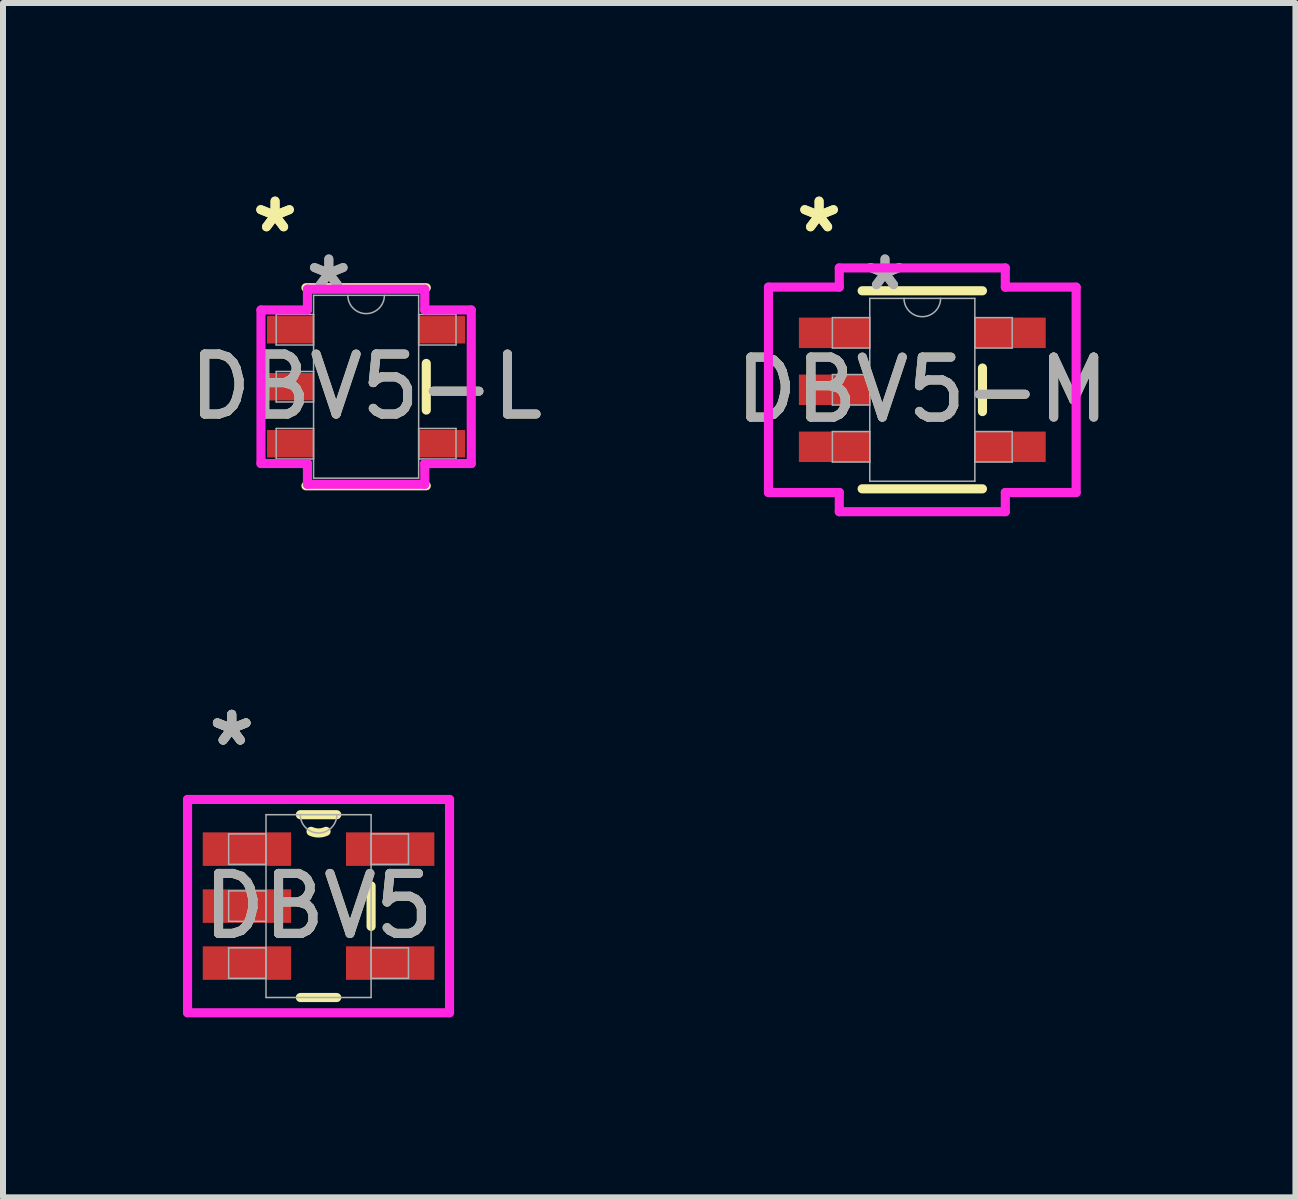
<source format=kicad_pcb>
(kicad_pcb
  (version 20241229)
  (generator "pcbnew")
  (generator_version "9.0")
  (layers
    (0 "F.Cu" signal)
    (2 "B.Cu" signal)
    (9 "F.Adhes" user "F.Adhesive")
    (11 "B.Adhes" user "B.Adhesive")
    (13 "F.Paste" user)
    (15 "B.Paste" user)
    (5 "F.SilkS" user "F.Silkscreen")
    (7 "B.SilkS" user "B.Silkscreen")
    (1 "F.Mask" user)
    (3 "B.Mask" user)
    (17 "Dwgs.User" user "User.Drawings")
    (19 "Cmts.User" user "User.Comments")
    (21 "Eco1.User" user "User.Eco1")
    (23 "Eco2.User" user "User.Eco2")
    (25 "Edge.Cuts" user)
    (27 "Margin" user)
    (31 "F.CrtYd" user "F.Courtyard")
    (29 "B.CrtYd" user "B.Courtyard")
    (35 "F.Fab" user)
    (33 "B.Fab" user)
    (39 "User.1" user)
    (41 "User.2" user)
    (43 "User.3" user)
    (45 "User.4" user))
  (footprint "DBV5-L"
    (layer "F.Cu")
    (at 3.054 3.398)
    (property "Reference" "DBV5-L" (at 0 0 0) (unlocked yes) (layer "F.SilkS") (effects (font (size 1 1) (thickness 0.15))))
    (attr smd)
    (fp_line (start -1.003 1.651) (end 1.003 1.651) (stroke (width 0.152) (type solid)) (layer "F.SilkS"))
    (fp_line (start 1.003 -1.651) (end -1.003 -1.651) (stroke (width 0.152) (type solid)) (layer "F.SilkS"))
    (fp_line (start 1.003 0.389) (end 1.003 -0.389) (stroke (width 0.152) (type solid)) (layer "F.SilkS"))
    (fp_line (start -1.753 -1.28) (end -0.978 -1.28) (stroke (width 0.152) (type solid)) (layer "F.CrtYd"))
    (fp_line (start -1.753 1.28) (end -1.753 -1.28) (stroke (width 0.152) (type solid)) (layer "F.CrtYd"))
    (fp_line (start -0.978 -1.626) (end 0.978 -1.626) (stroke (width 0.152) (type solid)) (layer "F.CrtYd"))
    (fp_line (start -0.978 -1.28) (end -0.978 -1.626) (stroke (width 0.152) (type solid)) (layer "F.CrtYd"))
    (fp_line (start -0.978 1.28) (end -1.753 1.28) (stroke (width 0.152) (type solid)) (layer "F.CrtYd"))
    (fp_line (start -0.978 1.626) (end -0.978 1.28) (stroke (width 0.152) (type solid)) (layer "F.CrtYd"))
    (fp_line (start 0.978 -1.626) (end 0.978 -1.28) (stroke (width 0.152) (type solid)) (layer "F.CrtYd"))
    (fp_line (start 0.978 -1.28) (end 1.753 -1.28) (stroke (width 0.152) (type solid)) (layer "F.CrtYd"))
    (fp_line (start 0.978 1.28) (end 0.978 1.626) (stroke (width 0.152) (type solid)) (layer "F.CrtYd"))
    (fp_line (start 0.978 1.626) (end -0.978 1.626) (stroke (width 0.152) (type solid)) (layer "F.CrtYd"))
    (fp_line (start 1.753 -1.28) (end 1.753 1.28) (stroke (width 0.152) (type solid)) (layer "F.CrtYd"))
    (fp_line (start 1.753 1.28) (end 0.978 1.28) (stroke (width 0.152) (type solid)) (layer "F.CrtYd"))
    (fp_line (start -1.499 -1.204) (end -1.499 -0.696) (stroke (width 0.025) (type solid)) (layer "F.Fab"))
    (fp_line (start -1.499 -0.696) (end -0.876 -0.696) (stroke (width 0.025) (type solid)) (layer "F.Fab"))
    (fp_line (start -1.499 -0.254) (end -1.499 0.254) (stroke (width 0.025) (type solid)) (layer "F.Fab"))
    (fp_line (start -1.499 0.254) (end -0.876 0.254) (stroke (width 0.025) (type solid)) (layer "F.Fab"))
    (fp_line (start -1.499 0.696) (end -1.499 1.204) (stroke (width 0.025) (type solid)) (layer "F.Fab"))
    (fp_line (start -1.499 1.204) (end -0.876 1.204) (stroke (width 0.025) (type solid)) (layer "F.Fab"))
    (fp_line (start -0.876 -1.524) (end -0.876 1.524) (stroke (width 0.025) (type solid)) (layer "F.Fab"))
    (fp_line (start -0.876 -1.204) (end -1.499 -1.204) (stroke (width 0.025) (type solid)) (layer "F.Fab"))
    (fp_line (start -0.876 -0.696) (end -0.876 -1.204) (stroke (width 0.025) (type solid)) (layer "F.Fab"))
    (fp_line (start -0.876 -0.254) (end -1.499 -0.254) (stroke (width 0.025) (type solid)) (layer "F.Fab"))
    (fp_line (start -0.876 0.254) (end -0.876 -0.254) (stroke (width 0.025) (type solid)) (layer "F.Fab"))
    (fp_line (start -0.876 0.696) (end -1.499 0.696) (stroke (width 0.025) (type solid)) (layer "F.Fab"))
    (fp_line (start -0.876 1.204) (end -0.876 0.696) (stroke (width 0.025) (type solid)) (layer "F.Fab"))
    (fp_line (start -0.876 1.524) (end 0.876 1.524) (stroke (width 0.025) (type solid)) (layer "F.Fab"))
    (fp_line (start 0.876 -1.524) (end -0.876 -1.524) (stroke (width 0.025) (type solid)) (layer "F.Fab"))
    (fp_line (start 0.876 -1.204) (end 0.876 -0.696) (stroke (width 0.025) (type solid)) (layer "F.Fab"))
    (fp_line (start 0.876 -0.696) (end 1.499 -0.696) (stroke (width 0.025) (type solid)) (layer "F.Fab"))
    (fp_line (start 0.876 0.696) (end 0.876 1.204) (stroke (width 0.025) (type solid)) (layer "F.Fab"))
    (fp_line (start 0.876 1.204) (end 1.499 1.204) (stroke (width 0.025) (type solid)) (layer "F.Fab"))
    (fp_line (start 0.876 1.524) (end 0.876 -1.524) (stroke (width 0.025) (type solid)) (layer "F.Fab"))
    (fp_line (start 1.499 -1.204) (end 0.876 -1.204) (stroke (width 0.025) (type solid)) (layer "F.Fab"))
    (fp_line (start 1.499 -0.696) (end 1.499 -1.204) (stroke (width 0.025) (type solid)) (layer "F.Fab"))
    (fp_line (start 1.499 0.696) (end 0.876 0.696) (stroke (width 0.025) (type solid)) (layer "F.Fab"))
    (fp_line (start 1.499 1.204) (end 1.499 0.696) (stroke (width 0.025) (type solid)) (layer "F.Fab"))
    (fp_arc (start 0.3048 -1.524) (mid 0 -1.2192) (end -0.3048 -1.524) (stroke (width 0.0254) (type solid)) (layer "F.Fab"))
    (fp_text user "*" (at -1.518 -2.55 0) (layer "F.SilkS") (effects (font (size 1 1) (thickness 0.15))))
    (fp_text user "*" (at -1.518 -2.55 0) (unlocked yes) (layer "F.SilkS") (effects (font (size 1 1) (thickness 0.15))))
    (fp_text user "*" (at -0.622 -1.585 0) (unlocked yes) (layer "F.Fab") (effects (font (size 1 1) (thickness 0.15))))
    (fp_text user "${REFERENCE}" (at 0 0 0) (unlocked yes) (layer "F.Fab") (effects (font (size 1 1) (thickness 0.15))))
    (fp_text user "*" (at -0.622 -1.585 0) (layer "F.Fab") (effects (font (size 1 1) (thickness 0.15))))
    (pad "1" smd rect (at -1.264 -0.95) (size 0.775 0.457) (layers "F.Cu" "F.Mask" "F.Paste"))
    (pad "2" smd rect (at -1.264 0) (size 0.775 0.457) (layers "F.Cu" "F.Mask" "F.Paste"))
    (pad "3" smd rect (at -1.264 0.95) (size 0.775 0.457) (layers "F.Cu" "F.Mask" "F.Paste"))
    (pad "4" smd rect (at 1.264 0.95) (size 0.775 0.457) (layers "F.Cu" "F.Mask" "F.Paste"))
    (pad "5" smd rect (at 1.264 -0.95) (size 0.775 0.457) (layers "F.Cu" "F.Mask" "F.Paste")))
  (footprint "DBV5"
    (layer "F.Cu")
    (at 2.261 12.057)
    (property "Reference" "DBV5" (at 0 0 0) (unlocked yes) (layer "F.SilkS") (effects (font (size 1 1) (thickness 0.15))))
    (attr smd)
    (fp_line (start -0.303 1.524) (end 0.303 1.524) (stroke (width 0.152) (type solid)) (layer "F.SilkS"))
    (fp_line (start 0.303 -1.524) (end -0.303 -1.524) (stroke (width 0.152) (type solid)) (layer "F.SilkS"))
    (fp_line (start 0.876 0.338) (end 0.876 -0.338) (stroke (width 0.152) (type solid)) (layer "F.SilkS"))
    (fp_arc (start 0.124872 -1.245953) (mid 0 -1.2192) (end -0.124872 -1.245953) (stroke (width 0.1524) (type solid)) (layer "F.SilkS"))
    (fp_line (start -2.184 -1.778) (end 2.184 -1.778) (stroke (width 0.152) (type solid)) (layer "F.CrtYd"))
    (fp_line (start -2.184 1.778) (end -2.184 -1.778) (stroke (width 0.152) (type solid)) (layer "F.CrtYd"))
    (fp_line (start 2.184 -1.778) (end 2.184 1.778) (stroke (width 0.152) (type solid)) (layer "F.CrtYd"))
    (fp_line (start 2.184 1.778) (end -2.184 1.778) (stroke (width 0.152) (type solid)) (layer "F.CrtYd"))
    (fp_line (start -1.499 -1.204) (end -1.499 -0.696) (stroke (width 0.025) (type solid)) (layer "F.Fab"))
    (fp_line (start -1.499 -0.696) (end -0.876 -0.696) (stroke (width 0.025) (type solid)) (layer "F.Fab"))
    (fp_line (start -1.499 -0.254) (end -1.499 0.254) (stroke (width 0.025) (type solid)) (layer "F.Fab"))
    (fp_line (start -1.499 0.254) (end -0.876 0.254) (stroke (width 0.025) (type solid)) (layer "F.Fab"))
    (fp_line (start -1.499 0.696) (end -1.499 1.204) (stroke (width 0.025) (type solid)) (layer "F.Fab"))
    (fp_line (start -1.499 1.204) (end -0.876 1.204) (stroke (width 0.025) (type solid)) (layer "F.Fab"))
    (fp_line (start -0.876 -1.524) (end -0.876 1.524) (stroke (width 0.025) (type solid)) (layer "F.Fab"))
    (fp_line (start -0.876 -1.204) (end -1.499 -1.204) (stroke (width 0.025) (type solid)) (layer "F.Fab"))
    (fp_line (start -0.876 -0.696) (end -0.876 -1.204) (stroke (width 0.025) (type solid)) (layer "F.Fab"))
    (fp_line (start -0.876 -0.254) (end -1.499 -0.254) (stroke (width 0.025) (type solid)) (layer "F.Fab"))
    (fp_line (start -0.876 0.254) (end -0.876 -0.254) (stroke (width 0.025) (type solid)) (layer "F.Fab"))
    (fp_line (start -0.876 0.696) (end -1.499 0.696) (stroke (width 0.025) (type solid)) (layer "F.Fab"))
    (fp_line (start -0.876 1.204) (end -0.876 0.696) (stroke (width 0.025) (type solid)) (layer "F.Fab"))
    (fp_line (start -0.876 1.524) (end 0.876 1.524) (stroke (width 0.025) (type solid)) (layer "F.Fab"))
    (fp_line (start 0.876 -1.524) (end -0.876 -1.524) (stroke (width 0.025) (type solid)) (layer "F.Fab"))
    (fp_line (start 0.876 -1.204) (end 0.876 -0.696) (stroke (width 0.025) (type solid)) (layer "F.Fab"))
    (fp_line (start 0.876 -0.696) (end 1.499 -0.696) (stroke (width 0.025) (type solid)) (layer "F.Fab"))
    (fp_line (start 0.876 0.696) (end 0.876 1.204) (stroke (width 0.025) (type solid)) (layer "F.Fab"))
    (fp_line (start 0.876 1.204) (end 1.499 1.204) (stroke (width 0.025) (type solid)) (layer "F.Fab"))
    (fp_line (start 0.876 1.524) (end 0.876 -1.524) (stroke (width 0.025) (type solid)) (layer "F.Fab"))
    (fp_line (start 1.499 -1.204) (end 0.876 -1.204) (stroke (width 0.025) (type solid)) (layer "F.Fab"))
    (fp_line (start 1.499 -0.696) (end 1.499 -1.204) (stroke (width 0.025) (type solid)) (layer "F.Fab"))
    (fp_line (start 1.499 0.696) (end 0.876 0.696) (stroke (width 0.025) (type solid)) (layer "F.Fab"))
    (fp_line (start 1.499 1.204) (end 1.499 0.696) (stroke (width 0.025) (type solid)) (layer "F.Fab"))
    (fp_arc (start 0.3048 -1.524) (mid 0 -1.2192) (end -0.3048 -1.524) (stroke (width 0.0254) (type solid)) (layer "F.Fab"))
    (fp_text user "*" (at -1.448 -2.652 0) (unlocked yes) (layer "F.SilkS") (effects (font (size 1 1) (thickness 0.15))))
    (fp_text user "*" (at -1.448 -2.652 0) (layer "F.SilkS") (effects (font (size 1 1) (thickness 0.15))))
    (fp_text user "*" (at -1.448 -2.652 0) (layer "F.Fab") (effects (font (size 1 1) (thickness 0.15))))
    (fp_text user "${REFERENCE}" (at 0 0 0) (unlocked yes) (layer "F.Fab") (effects (font (size 1 1) (thickness 0.15))))
    (fp_text user "*" (at -1.448 -2.652 0) (unlocked yes) (layer "F.Fab") (effects (font (size 1 1) (thickness 0.15))))
    (pad "1" smd rect (at -1.194 -0.95) (size 1.473 0.559) (layers "F.Cu" "F.Mask" "F.Paste"))
    (pad "2" smd rect (at -1.194 0) (size 1.473 0.559) (layers "F.Cu" "F.Mask" "F.Paste"))
    (pad "3" smd rect (at -1.194 0.95) (size 1.473 0.559) (layers "F.Cu" "F.Mask" "F.Paste"))
    (pad "4" smd rect (at 1.194 0.95) (size 1.473 0.559) (layers "F.Cu" "F.Mask" "F.Paste"))
    (pad "5" smd rect (at 1.194 -0.95) (size 1.473 0.559) (layers "F.Cu" "F.Mask" "F.Paste")))
  (footprint "DBV5-M"
    (layer "F.Cu")
    (at 12.327 3.449)
    (property "Reference" "DBV5-M" (at 0 0 0) (unlocked yes) (layer "F.SilkS") (effects (font (size 1 1) (thickness 0.15))))
    (attr smd)
    (fp_line (start -1.003 1.651) (end 1.003 1.651) (stroke (width 0.152) (type solid)) (layer "F.SilkS"))
    (fp_line (start 1.003 -1.651) (end -1.003 -1.651) (stroke (width 0.152) (type solid)) (layer "F.SilkS"))
    (fp_line (start 1.003 0.363) (end 1.003 -0.363) (stroke (width 0.152) (type solid)) (layer "F.SilkS"))
    (fp_line (start -2.565 -1.712) (end -1.384 -1.712) (stroke (width 0.152) (type solid)) (layer "F.CrtYd"))
    (fp_line (start -2.565 1.712) (end -2.565 -1.712) (stroke (width 0.152) (type solid)) (layer "F.CrtYd"))
    (fp_line (start -1.384 -2.032) (end 1.384 -2.032) (stroke (width 0.152) (type solid)) (layer "F.CrtYd"))
    (fp_line (start -1.384 -1.712) (end -1.384 -2.032) (stroke (width 0.152) (type solid)) (layer "F.CrtYd"))
    (fp_line (start -1.384 1.712) (end -2.565 1.712) (stroke (width 0.152) (type solid)) (layer "F.CrtYd"))
    (fp_line (start -1.384 2.032) (end -1.384 1.712) (stroke (width 0.152) (type solid)) (layer "F.CrtYd"))
    (fp_line (start 1.384 -2.032) (end 1.384 -1.712) (stroke (width 0.152) (type solid)) (layer "F.CrtYd"))
    (fp_line (start 1.384 -1.712) (end 2.565 -1.712) (stroke (width 0.152) (type solid)) (layer "F.CrtYd"))
    (fp_line (start 1.384 1.712) (end 1.384 2.032) (stroke (width 0.152) (type solid)) (layer "F.CrtYd"))
    (fp_line (start 1.384 2.032) (end -1.384 2.032) (stroke (width 0.152) (type solid)) (layer "F.CrtYd"))
    (fp_line (start 2.565 -1.712) (end 2.565 1.712) (stroke (width 0.152) (type solid)) (layer "F.CrtYd"))
    (fp_line (start 2.565 1.712) (end 1.384 1.712) (stroke (width 0.152) (type solid)) (layer "F.CrtYd"))
    (fp_line (start -1.499 -1.204) (end -1.499 -0.696) (stroke (width 0.025) (type solid)) (layer "F.Fab"))
    (fp_line (start -1.499 -0.696) (end -0.876 -0.696) (stroke (width 0.025) (type solid)) (layer "F.Fab"))
    (fp_line (start -1.499 -0.254) (end -1.499 0.254) (stroke (width 0.025) (type solid)) (layer "F.Fab"))
    (fp_line (start -1.499 0.254) (end -0.876 0.254) (stroke (width 0.025) (type solid)) (layer "F.Fab"))
    (fp_line (start -1.499 0.696) (end -1.499 1.204) (stroke (width 0.025) (type solid)) (layer "F.Fab"))
    (fp_line (start -1.499 1.204) (end -0.876 1.204) (stroke (width 0.025) (type solid)) (layer "F.Fab"))
    (fp_line (start -0.876 -1.524) (end -0.876 1.524) (stroke (width 0.025) (type solid)) (layer "F.Fab"))
    (fp_line (start -0.876 -1.204) (end -1.499 -1.204) (stroke (width 0.025) (type solid)) (layer "F.Fab"))
    (fp_line (start -0.876 -0.696) (end -0.876 -1.204) (stroke (width 0.025) (type solid)) (layer "F.Fab"))
    (fp_line (start -0.876 -0.254) (end -1.499 -0.254) (stroke (width 0.025) (type solid)) (layer "F.Fab"))
    (fp_line (start -0.876 0.254) (end -0.876 -0.254) (stroke (width 0.025) (type solid)) (layer "F.Fab"))
    (fp_line (start -0.876 0.696) (end -1.499 0.696) (stroke (width 0.025) (type solid)) (layer "F.Fab"))
    (fp_line (start -0.876 1.204) (end -0.876 0.696) (stroke (width 0.025) (type solid)) (layer "F.Fab"))
    (fp_line (start -0.876 1.524) (end 0.876 1.524) (stroke (width 0.025) (type solid)) (layer "F.Fab"))
    (fp_line (start 0.876 -1.524) (end -0.876 -1.524) (stroke (width 0.025) (type solid)) (layer "F.Fab"))
    (fp_line (start 0.876 -1.204) (end 0.876 -0.696) (stroke (width 0.025) (type solid)) (layer "F.Fab"))
    (fp_line (start 0.876 -0.696) (end 1.499 -0.696) (stroke (width 0.025) (type solid)) (layer "F.Fab"))
    (fp_line (start 0.876 0.696) (end 0.876 1.204) (stroke (width 0.025) (type solid)) (layer "F.Fab"))
    (fp_line (start 0.876 1.204) (end 1.499 1.204) (stroke (width 0.025) (type solid)) (layer "F.Fab"))
    (fp_line (start 0.876 1.524) (end 0.876 -1.524) (stroke (width 0.025) (type solid)) (layer "F.Fab"))
    (fp_line (start 1.499 -1.204) (end 0.876 -1.204) (stroke (width 0.025) (type solid)) (layer "F.Fab"))
    (fp_line (start 1.499 -0.696) (end 1.499 -1.204) (stroke (width 0.025) (type solid)) (layer "F.Fab"))
    (fp_line (start 1.499 0.696) (end 0.876 0.696) (stroke (width 0.025) (type solid)) (layer "F.Fab"))
    (fp_line (start 1.499 1.204) (end 1.499 0.696) (stroke (width 0.025) (type solid)) (layer "F.Fab"))
    (fp_arc (start 0.3048 -1.524) (mid 0 -1.2192) (end -0.3048 -1.524) (stroke (width 0.0254) (type solid)) (layer "F.Fab"))
    (fp_text user "*" (at -1.721 -2.601 0) (layer "F.SilkS") (effects (font (size 1 1) (thickness 0.15))))
    (fp_text user "*" (at -1.721 -2.601 0) (unlocked yes) (layer "F.SilkS") (effects (font (size 1 1) (thickness 0.15))))
    (fp_text user "*" (at -0.622 -1.636 0) (unlocked yes) (layer "F.Fab") (effects (font (size 1 1) (thickness 0.15))))
    (fp_text user "*" (at -0.622 -1.636 0) (layer "F.Fab") (effects (font (size 1 1) (thickness 0.15))))
    (fp_text user "${REFERENCE}" (at 0 0 0) (unlocked yes) (layer "F.Fab") (effects (font (size 1 1) (thickness 0.15))))
    (pad "1" smd rect (at -1.467 -0.95) (size 1.181 0.508) (layers "F.Cu" "F.Mask" "F.Paste"))
    (pad "2" smd rect (at -1.467 0) (size 1.181 0.508) (layers "F.Cu" "F.Mask" "F.Paste"))
    (pad "3" smd rect (at -1.467 0.95) (size 1.181 0.508) (layers "F.Cu" "F.Mask" "F.Paste"))
    (pad "4" smd rect (at 1.467 0.95) (size 1.181 0.508) (layers "F.Cu" "F.Mask" "F.Paste"))
    (pad "5" smd rect (at 1.467 -0.95) (size 1.181 0.508) (layers "F.Cu" "F.Mask" "F.Paste")))
  (gr_rect
    (start -3 -3)
    (end 18.548 16.912)
    (stroke (width 0.1) (type default))
    (fill no)
    (layer "Edge.Cuts")))
</source>
